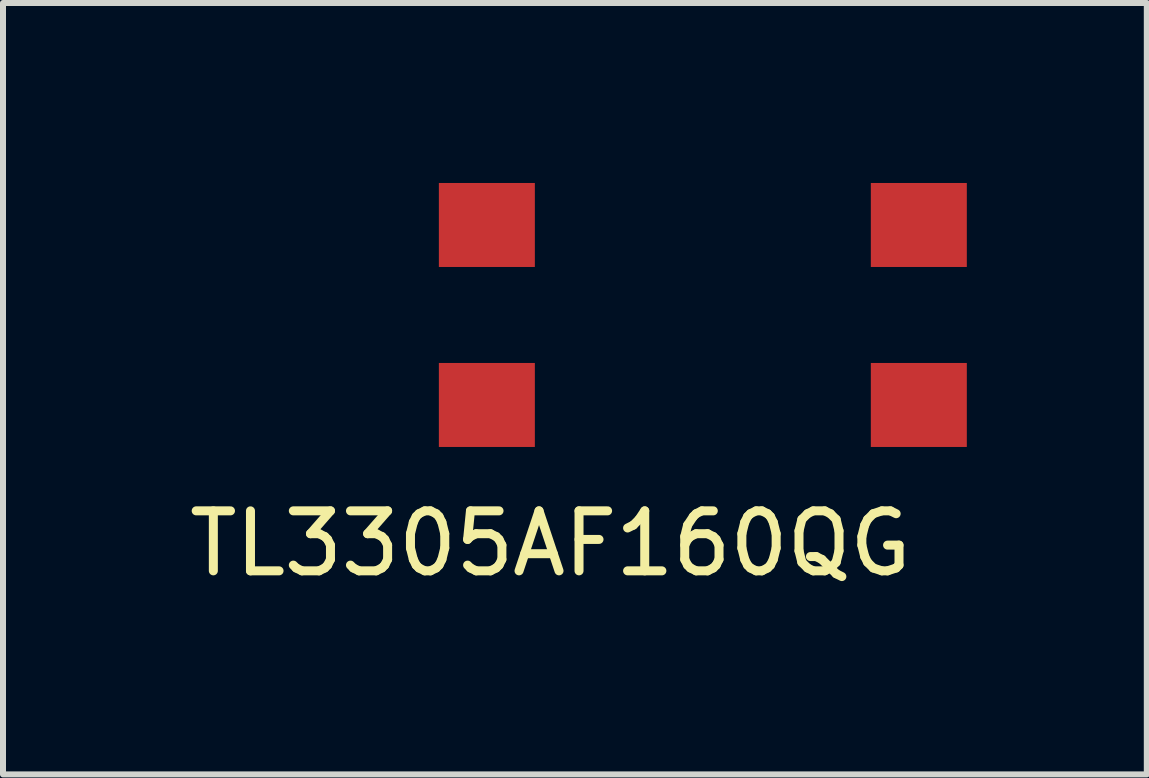
<source format=kicad_pcb>
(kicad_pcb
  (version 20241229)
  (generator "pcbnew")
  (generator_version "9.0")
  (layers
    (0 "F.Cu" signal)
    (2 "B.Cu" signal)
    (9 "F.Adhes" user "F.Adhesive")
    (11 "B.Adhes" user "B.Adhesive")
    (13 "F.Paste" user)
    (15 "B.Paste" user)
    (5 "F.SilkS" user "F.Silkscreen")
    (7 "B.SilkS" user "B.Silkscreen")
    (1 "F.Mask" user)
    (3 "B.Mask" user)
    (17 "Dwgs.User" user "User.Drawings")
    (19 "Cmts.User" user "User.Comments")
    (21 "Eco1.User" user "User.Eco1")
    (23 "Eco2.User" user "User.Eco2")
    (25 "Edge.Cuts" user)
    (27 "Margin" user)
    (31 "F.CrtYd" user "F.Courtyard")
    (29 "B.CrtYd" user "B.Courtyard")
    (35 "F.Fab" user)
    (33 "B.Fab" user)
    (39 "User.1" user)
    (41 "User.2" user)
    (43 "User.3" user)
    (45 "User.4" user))
  (footprint "TL3305AF160QG"
    (layer "F.Cu")
    (at 8.665 2.2)
    (property "Reference" "TL3305AF160QG" (at -2.54 3.81 0) (layer "F.SilkS") (effects (font (size 1 1) (thickness 0.15))))
    (attr through_hole)
    (pad "1" smd rect (at -3.6 -1.5) (size 1.6 1.4) (layers "F.Cu" "F.Mask" "F.Paste"))
    (pad "1" smd rect (at 3.6 -1.5) (size 1.6 1.4) (layers "F.Cu" "F.Mask" "F.Paste"))
    (pad "2" smd rect (at -3.6 1.5) (size 1.6 1.4) (layers "F.Cu" "F.Mask" "F.Paste"))
    (pad "2" smd rect (at 3.6 1.5) (size 1.6 1.4) (layers "F.Cu" "F.Mask" "F.Paste")))
  (gr_rect
    (start -3 -3)
    (end 16.065 9.858)
    (stroke (width 0.1) (type default))
    (fill no)
    (layer "Edge.Cuts")))
</source>
